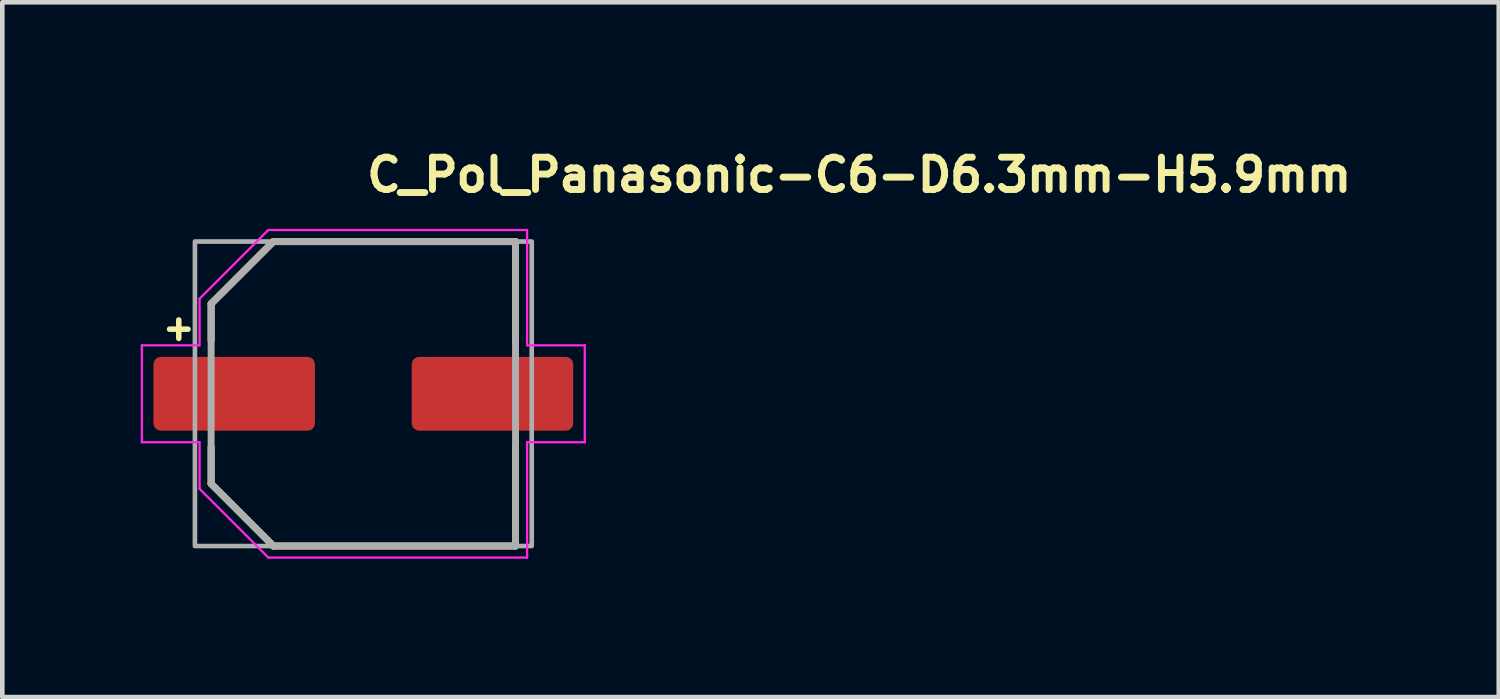
<source format=kicad_pcb>
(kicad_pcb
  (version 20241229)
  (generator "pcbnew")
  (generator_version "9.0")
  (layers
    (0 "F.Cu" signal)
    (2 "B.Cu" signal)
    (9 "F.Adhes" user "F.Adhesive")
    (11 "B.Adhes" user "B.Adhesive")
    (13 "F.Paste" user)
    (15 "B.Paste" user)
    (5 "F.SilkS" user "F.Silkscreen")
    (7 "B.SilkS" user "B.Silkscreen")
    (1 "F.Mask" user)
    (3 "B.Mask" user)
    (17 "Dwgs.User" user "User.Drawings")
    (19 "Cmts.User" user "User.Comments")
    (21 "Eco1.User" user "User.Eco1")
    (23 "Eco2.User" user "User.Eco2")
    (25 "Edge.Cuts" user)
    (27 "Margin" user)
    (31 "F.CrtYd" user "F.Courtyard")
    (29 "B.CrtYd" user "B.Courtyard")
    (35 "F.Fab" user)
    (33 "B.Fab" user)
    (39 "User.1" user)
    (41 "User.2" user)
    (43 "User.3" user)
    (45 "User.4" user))
  (footprint "C_Pol_Panasonic-C6-D6.3mm-H5.9mm"
    (layer "F.Cu")
    (at 4.825 5.485)
    (property "Reference" "C_Pol_Panasonic-C6-D6.3mm-H5.9mm" (at 0 -4.335 0) (layer "F.SilkS") (effects (font (size 0.7 0.7) (thickness 0.15)) (justify left bottom)))
    (attr smd)
    (fp_line (start -4.2 -1.4) (end -3.8 -1.4) (stroke (width 0.12) (type solid)) (layer "F.SilkS"))
    (fp_line (start -4 -1.6) (end -4 -1.2) (stroke (width 0.12) (type solid)) (layer "F.SilkS"))
    (fp_line (start -3.299 -1.95) (end -1.95 -3.299) (stroke (width 0.15) (type solid)) (layer "F.SilkS"))
    (fp_line (start -3.299 -1.15) (end -3.299 -1.95) (stroke (width 0.15) (type solid)) (layer "F.SilkS"))
    (fp_line (start -3.299 1.15) (end -3.299 1.95) (stroke (width 0.15) (type solid)) (layer "F.SilkS"))
    (fp_line (start -3.299 1.95) (end -1.95 3.299) (stroke (width 0.15) (type solid)) (layer "F.SilkS"))
    (fp_line (start -1.95 -3.299) (end 3.299 -3.299) (stroke (width 0.15) (type solid)) (layer "F.SilkS"))
    (fp_line (start -1.95 3.299) (end 3.299 3.299) (stroke (width 0.15) (type solid)) (layer "F.SilkS"))
    (fp_line (start 3.299 -3.299) (end 3.299 -1.15) (stroke (width 0.15) (type solid)) (layer "F.SilkS"))
    (fp_line (start 3.299 3.299) (end 3.299 1.15) (stroke (width 0.15) (type solid)) (layer "F.SilkS"))
    (fp_line (start -4.8 -1.05) (end -3.55 -1.05) (stroke (width 0.05) (type solid)) (layer "F.CrtYd"))
    (fp_line (start -4.8 1.05) (end -4.8 -1.05) (stroke (width 0.05) (type solid)) (layer "F.CrtYd"))
    (fp_line (start -3.55 -2.06) (end -2.06 -3.55) (stroke (width 0.05) (type solid)) (layer "F.CrtYd"))
    (fp_line (start -3.55 -1.05) (end -3.55 -2.06) (stroke (width 0.05) (type solid)) (layer "F.CrtYd"))
    (fp_line (start -3.55 1.05) (end -4.8 1.05) (stroke (width 0.05) (type solid)) (layer "F.CrtYd"))
    (fp_line (start -3.55 2.06) (end -3.55 1.05) (stroke (width 0.05) (type solid)) (layer "F.CrtYd"))
    (fp_line (start -2.06 -3.55) (end 3.55 -3.55) (stroke (width 0.05) (type solid)) (layer "F.CrtYd"))
    (fp_line (start -2.06 3.55) (end -3.55 2.06) (stroke (width 0.05) (type solid)) (layer "F.CrtYd"))
    (fp_line (start 3.55 -3.55) (end 3.55 -1.05) (stroke (width 0.05) (type solid)) (layer "F.CrtYd"))
    (fp_line (start 3.55 -1.05) (end 4.8 -1.05) (stroke (width 0.05) (type solid)) (layer "F.CrtYd"))
    (fp_line (start 3.55 1.05) (end 3.55 3.55) (stroke (width 0.05) (type solid)) (layer "F.CrtYd"))
    (fp_line (start 3.55 3.55) (end -2.06 3.55) (stroke (width 0.05) (type solid)) (layer "F.CrtYd"))
    (fp_line (start 4.8 -1.05) (end 4.8 1.05) (stroke (width 0.05) (type solid)) (layer "F.CrtYd"))
    (fp_line (start 4.8 1.05) (end 3.55 1.05) (stroke (width 0.05) (type solid)) (layer "F.CrtYd"))
    (fp_line (start -3.299 -1.95) (end -1.95 -3.299) (stroke (width 0.15) (type solid)) (layer "F.Fab"))
    (fp_line (start -3.299 1.95) (end -3.299 -1.95) (stroke (width 0.15) (type solid)) (layer "F.Fab"))
    (fp_line (start -1.95 -3.299) (end 3.299 -3.299) (stroke (width 0.15) (type solid)) (layer "F.Fab"))
    (fp_line (start -1.95 3.299) (end -3.299 1.95) (stroke (width 0.15) (type solid)) (layer "F.Fab"))
    (fp_line (start 3.299 -3.299) (end 3.299 3.299) (stroke (width 0.15) (type solid)) (layer "F.Fab"))
    (fp_line (start 3.299 3.299) (end -1.95 3.299) (stroke (width 0.15) (type solid)) (layer "F.Fab"))
    (fp_rect (start -3.65 -3.3) (end 3.65 3.3) (stroke (width 0.1) (type solid)) (fill no) (layer "F.Fab"))
    (fp_rect (start -3.65 -3.3) (end 3.65 3.3) (stroke (width 0.1) (type solid)) (fill no) (layer "User.5"))
    (fp_line (start -3.65 -0.35) (end -3.3 -0.35) (stroke (width 0.01) (type solid)) (layer "User.9"))
    (fp_line (start -3.65 0.35) (end -3.65 -0.35) (stroke (width 0.01) (type solid)) (layer "User.9"))
    (fp_line (start -3.3 -1.9) (end -3.276 -1.89) (stroke (width 0.01) (type solid)) (layer "User.9"))
    (fp_line (start -3.3 -1.9) (end -1.9 -3.3) (stroke (width 0.01) (type solid)) (layer "User.9"))
    (fp_line (start -3.3 0.35) (end -3.65 0.35) (stroke (width 0.01) (type solid)) (layer "User.9"))
    (fp_line (start -3.3 1.9) (end -3.3 -1.9) (stroke (width 0.01) (type solid)) (layer "User.9"))
    (fp_line (start -3.3 1.9) (end -3.276 1.89) (stroke (width 0.01) (type solid)) (layer "User.9"))
    (fp_line (start -3.279 -0.972) (end -3.278 -1.021) (stroke (width 0.01) (type solid)) (layer "User.9"))
    (fp_line (start -3.279 0.972) (end -3.279 -0.972) (stroke (width 0.01) (type solid)) (layer "User.9"))
    (fp_line (start -3.278 -1.021) (end -3.278 -1.055) (stroke (width 0.01) (type solid)) (layer "User.9"))
    (fp_line (start -3.278 1.021) (end -3.279 0.972) (stroke (width 0.01) (type solid)) (layer "User.9"))
    (fp_line (start -3.278 -1.055) (end -3.277 -1.091) (stroke (width 0.01) (type solid)) (layer "User.9"))
    (fp_line (start -3.278 1.055) (end -3.278 1.021) (stroke (width 0.01) (type solid)) (layer "User.9"))
    (fp_line (start -3.277 -1.091) (end -3.277 -1.128) (stroke (width 0.01) (type solid)) (layer "User.9"))
    (fp_line (start -3.277 1.091) (end -3.278 1.055) (stroke (width 0.01) (type solid)) (layer "User.9"))
    (fp_line (start -3.277 -1.128) (end -3.276 -1.166) (stroke (width 0.01) (type solid)) (layer "User.9"))
    (fp_line (start -3.277 1.128) (end -3.277 1.091) (stroke (width 0.01) (type solid)) (layer "User.9"))
    (fp_line (start -3.276 -1.89) (end -1.89 -3.276) (stroke (width 0.01) (type solid)) (layer "User.9"))
    (fp_line (start -3.276 -1.166) (end -3.276 -1.89) (stroke (width 0.01) (type solid)) (layer "User.9"))
    (fp_line (start -3.276 1.166) (end -3.277 1.128) (stroke (width 0.01) (type solid)) (layer "User.9"))
    (fp_line (start -3.276 1.89) (end -3.276 1.166) (stroke (width 0.01) (type solid)) (layer "User.9"))
    (fp_line (start -1.9 -3.3) (end -1.89 -3.276) (stroke (width 0.01) (type solid)) (layer "User.9"))
    (fp_line (start -1.9 -3.3) (end -1 -3.3) (stroke (width 0.01) (type solid)) (layer "User.9"))
    (fp_line (start -1.9 3.3) (end -3.3 1.9) (stroke (width 0.01) (type solid)) (layer "User.9"))
    (fp_line (start -1.9 3.3) (end -1.89 3.276) (stroke (width 0.01) (type solid)) (layer "User.9"))
    (fp_line (start -1.89 -3.276) (end -1.308 -3.276) (stroke (width 0.01) (type solid)) (layer "User.9"))
    (fp_line (start -1.89 3.276) (end -3.276 1.89) (stroke (width 0.01) (type solid)) (layer "User.9"))
    (fp_line (start -1.308 -3.276) (end -1.255 -3.277) (stroke (width 0.01) (type solid)) (layer "User.9"))
    (fp_line (start -1.308 3.276) (end -1.89 3.276) (stroke (width 0.01) (type solid)) (layer "User.9"))
    (fp_line (start -1.255 -3.277) (end -1.201 -3.277) (stroke (width 0.01) (type solid)) (layer "User.9"))
    (fp_line (start -1.255 3.277) (end -1.308 3.276) (stroke (width 0.01) (type solid)) (layer "User.9"))
    (fp_line (start -1.201 -3.277) (end -1.149 -3.279) (stroke (width 0.01) (type solid)) (layer "User.9"))
    (fp_line (start -1.201 3.277) (end -1.255 3.277) (stroke (width 0.01) (type solid)) (layer "User.9"))
    (fp_line (start -1.149 -3.279) (end -1.102 -3.281) (stroke (width 0.01) (type solid)) (layer "User.9"))
    (fp_line (start -1.149 3.279) (end -1.201 3.277) (stroke (width 0.01) (type solid)) (layer "User.9"))
    (fp_line (start -1.102 -3.281) (end -1.102 -3.281) (stroke (width 0.01) (type solid)) (layer "User.9"))
    (fp_line (start -1.102 -3.281) (end -1.081 -3.282) (stroke (width 0.01) (type solid)) (layer "User.9"))
    (fp_line (start -1.102 3.281) (end -1.149 3.279) (stroke (width 0.01) (type solid)) (layer "User.9"))
    (fp_line (start -1.102 3.281) (end -1.102 3.281) (stroke (width 0.01) (type solid)) (layer "User.9"))
    (fp_line (start -1.081 -3.282) (end -1.063 -3.283) (stroke (width 0.01) (type solid)) (layer "User.9"))
    (fp_line (start -1.081 3.282) (end -1.102 3.281) (stroke (width 0.01) (type solid)) (layer "User.9"))
    (fp_line (start -1.063 -3.283) (end -1.047 -3.284) (stroke (width 0.01) (type solid)) (layer "User.9"))
    (fp_line (start -1.063 3.283) (end -1.081 3.282) (stroke (width 0.01) (type solid)) (layer "User.9"))
    (fp_line (start -1.047 -3.284) (end -1.034 -3.286) (stroke (width 0.01) (type solid)) (layer "User.9"))
    (fp_line (start -1.047 3.284) (end -1.063 3.283) (stroke (width 0.01) (type solid)) (layer "User.9"))
    (fp_line (start -1.04 3.285) (end -1.047 3.284) (stroke (width 0.01) (type solid)) (layer "User.9"))
    (fp_line (start -1.034 -3.286) (end -1.024 -3.287) (stroke (width 0.01) (type solid)) (layer "User.9"))
    (fp_line (start -1.034 3.286) (end -1.04 3.285) (stroke (width 0.01) (type solid)) (layer "User.9"))
    (fp_line (start -1.029 3.286) (end -1.034 3.286) (stroke (width 0.01) (type solid)) (layer "User.9"))
    (fp_line (start -1.024 -3.287) (end -1.016 -3.288) (stroke (width 0.01) (type solid)) (layer "User.9"))
    (fp_line (start -1.024 3.287) (end -1.029 3.286) (stroke (width 0.01) (type solid)) (layer "User.9"))
    (fp_line (start -1.02 3.288) (end -1.024 3.287) (stroke (width 0.01) (type solid)) (layer "User.9"))
    (fp_line (start -1.016 -3.288) (end -1.013 -3.289) (stroke (width 0.01) (type solid)) (layer "User.9"))
    (fp_line (start -1.016 3.288) (end -1.02 3.288) (stroke (width 0.01) (type solid)) (layer "User.9"))
    (fp_line (start -1.013 -3.289) (end -1.011 -3.29) (stroke (width 0.01) (type solid)) (layer "User.9"))
    (fp_line (start -1.013 3.289) (end -1.016 3.288) (stroke (width 0.01) (type solid)) (layer "User.9"))
    (fp_line (start -1.011 -3.29) (end -1.01 -3.291) (stroke (width 0.01) (type solid)) (layer "User.9"))
    (fp_line (start -1.011 3.29) (end -1.013 3.289) (stroke (width 0.01) (type solid)) (layer "User.9"))
    (fp_line (start -1.01 3.29) (end -1.011 3.29) (stroke (width 0.01) (type solid)) (layer "User.9"))
    (fp_line (start -1.01 -3.291) (end -1.009 -3.291) (stroke (width 0.01) (type solid)) (layer "User.9"))
    (fp_line (start -1.01 3.291) (end -1.01 3.29) (stroke (width 0.01) (type solid)) (layer "User.9"))
    (fp_line (start -1.009 3.291) (end -1.01 3.291) (stroke (width 0.01) (type solid)) (layer "User.9"))
    (fp_line (start -1.009 3.291) (end -1.009 3.291) (stroke (width 0.01) (type solid)) (layer "User.9"))
    (fp_line (start -1.009 3.291) (end -1 3.3) (stroke (width 0.01) (type solid)) (layer "User.9"))
    (fp_line (start -1.005 -3.28) (end -1.005 -3.28) (stroke (width 0.01) (type solid)) (layer "User.9"))
    (fp_line (start -1.005 -3.28) (end -1.005 -3.279) (stroke (width 0.01) (type solid)) (layer "User.9"))
    (fp_line (start -1.005 3.28) (end -1.005 3.28) (stroke (width 0.01) (type solid)) (layer "User.9"))
    (fp_line (start -1.005 -3.279) (end -1.003 -3.279) (stroke (width 0.01) (type solid)) (layer "User.9"))
    (fp_line (start -1.005 3.279) (end -1.005 3.28) (stroke (width 0.01) (type solid)) (layer "User.9"))
    (fp_line (start -1.003 -3.279) (end -1 -3.279) (stroke (width 0.01) (type solid)) (layer "User.9"))
    (fp_line (start -1.003 3.279) (end -1.005 3.279) (stroke (width 0.01) (type solid)) (layer "User.9"))
    (fp_line (start -1 -3.279) (end -0.997 -3.278) (stroke (width 0.01) (type solid)) (layer "User.9"))
    (fp_line (start -1 -3.3) (end -1.009 -3.291) (stroke (width 0.01) (type solid)) (layer "User.9"))
    (fp_line (start -1 -3.3) (end -1 -3.279) (stroke (width 0.01) (type solid)) (layer "User.9"))
    (fp_line (start -1 3.279) (end -1 3.3) (stroke (width 0.01) (type solid)) (layer "User.9"))
    (fp_line (start -1 3.3) (end -1.9 3.3) (stroke (width 0.01) (type solid)) (layer "User.9"))
    (fp_line (start -0.997 -3.278) (end -0.987 -3.277) (stroke (width 0.01) (type solid)) (layer "User.9"))
    (fp_line (start -0.997 3.278) (end -1.003 3.279) (stroke (width 0.01) (type solid)) (layer "User.9"))
    (fp_line (start -0.987 -3.277) (end -0.974 -3.276) (stroke (width 0.01) (type solid)) (layer "User.9"))
    (fp_line (start -0.987 3.277) (end -0.997 3.278) (stroke (width 0.01) (type solid)) (layer "User.9"))
    (fp_line (start -0.974 -3.276) (end -0.958 -3.276) (stroke (width 0.01) (type solid)) (layer "User.9"))
    (fp_line (start -0.974 3.276) (end -0.987 3.277) (stroke (width 0.01) (type solid)) (layer "User.9"))
    (fp_line (start -0.958 -3.276) (end -0.941 -3.275) (stroke (width 0.01) (type solid)) (layer "User.9"))
    (fp_line (start -0.958 3.276) (end -0.974 3.276) (stroke (width 0.01) (type solid)) (layer "User.9"))
    (fp_line (start -0.941 -3.275) (end -0.923 -3.275) (stroke (width 0.01) (type solid)) (layer "User.9"))
    (fp_line (start -0.941 3.275) (end -0.958 3.276) (stroke (width 0.01) (type solid)) (layer "User.9"))
    (fp_line (start -0.923 -3.275) (end -0.905 -3.275) (stroke (width 0.01) (type solid)) (layer "User.9"))
    (fp_line (start -0.923 3.275) (end -0.941 3.275) (stroke (width 0.01) (type solid)) (layer "User.9"))
    (fp_line (start -0.905 -3.275) (end 0.905 -3.275) (stroke (width 0.01) (type solid)) (layer "User.9"))
    (fp_line (start -0.905 3.275) (end -0.923 3.275) (stroke (width 0.01) (type solid)) (layer "User.9"))
    (fp_line (start 0.905 -3.275) (end 0.923 -3.275) (stroke (width 0.01) (type solid)) (layer "User.9"))
    (fp_line (start 0.905 3.275) (end -0.905 3.275) (stroke (width 0.01) (type solid)) (layer "User.9"))
    (fp_line (start 0.923 -3.275) (end 0.941 -3.275) (stroke (width 0.01) (type solid)) (layer "User.9"))
    (fp_line (start 0.923 3.275) (end 0.905 3.275) (stroke (width 0.01) (type solid)) (layer "User.9"))
    (fp_line (start 0.941 -3.275) (end 0.958 -3.276) (stroke (width 0.01) (type solid)) (layer "User.9"))
    (fp_line (start 0.941 3.275) (end 0.923 3.275) (stroke (width 0.01) (type solid)) (layer "User.9"))
    (fp_line (start 0.958 -3.276) (end 0.974 -3.276) (stroke (width 0.01) (type solid)) (layer "User.9"))
    (fp_line (start 0.958 3.276) (end 0.941 3.275) (stroke (width 0.01) (type solid)) (layer "User.9"))
    (fp_line (start 0.974 -3.276) (end 0.987 -3.277) (stroke (width 0.01) (type solid)) (layer "User.9"))
    (fp_line (start 0.974 3.276) (end 0.958 3.276) (stroke (width 0.01) (type solid)) (layer "User.9"))
    (fp_line (start 0.987 -3.277) (end 0.997 -3.278) (stroke (width 0.01) (type solid)) (layer "User.9"))
    (fp_line (start 0.987 3.277) (end 0.974 3.276) (stroke (width 0.01) (type solid)) (layer "User.9"))
    (fp_line (start 0.997 -3.278) (end 1.003 -3.279) (stroke (width 0.01) (type solid)) (layer "User.9"))
    (fp_line (start 0.997 3.278) (end 0.987 3.277) (stroke (width 0.01) (type solid)) (layer "User.9"))
    (fp_line (start 1 -3.3) (end 1 -3.279) (stroke (width 0.01) (type solid)) (layer "User.9"))
    (fp_line (start 1 3.279) (end 1 3.3) (stroke (width 0.01) (type solid)) (layer "User.9"))
    (fp_line (start 1 3.3) (end 1.043 3.257) (stroke (width 0.01) (type solid)) (layer "User.9"))
    (fp_line (start 1 3.3) (end 2.8 3.3) (stroke (width 0.01) (type solid)) (layer "User.9"))
    (fp_line (start 1 3.279) (end 0.997 3.278) (stroke (width 0.01) (type solid)) (layer "User.9"))
    (fp_line (start 1.003 -3.279) (end 1.005 -3.279) (stroke (width 0.01) (type solid)) (layer "User.9"))
    (fp_line (start 1.003 3.279) (end 1 3.279) (stroke (width 0.01) (type solid)) (layer "User.9"))
    (fp_line (start 1.005 -3.279) (end 1.005 -3.28) (stroke (width 0.01) (type solid)) (layer "User.9"))
    (fp_line (start 1.005 3.279) (end 1.003 3.279) (stroke (width 0.01) (type solid)) (layer "User.9"))
    (fp_line (start 1.005 -3.28) (end 1.005 -3.28) (stroke (width 0.01) (type solid)) (layer "User.9"))
    (fp_line (start 1.005 3.28) (end 1.005 3.279) (stroke (width 0.01) (type solid)) (layer "User.9"))
    (fp_line (start 1.005 3.28) (end 1.005 3.28) (stroke (width 0.01) (type solid)) (layer "User.9"))
    (fp_line (start 1.043 -3.257) (end 1 -3.3) (stroke (width 0.01) (type solid)) (layer "User.9"))
    (fp_line (start 1.043 -3.257) (end 1.043 -3.257) (stroke (width 0.01) (type solid)) (layer "User.9"))
    (fp_line (start 1.043 -3.257) (end 1.044 -3.257) (stroke (width 0.01) (type solid)) (layer "User.9"))
    (fp_line (start 1.044 -3.257) (end 1.044 -3.256) (stroke (width 0.01) (type solid)) (layer "User.9"))
    (fp_line (start 1.044 3.257) (end 1.043 3.257) (stroke (width 0.01) (type solid)) (layer "User.9"))
    (fp_line (start 1.044 -3.256) (end 1.045 -3.256) (stroke (width 0.01) (type solid)) (layer "User.9"))
    (fp_line (start 1.045 -3.256) (end 1.047 -3.255) (stroke (width 0.01) (type solid)) (layer "User.9"))
    (fp_line (start 1.045 3.256) (end 1.044 3.257) (stroke (width 0.01) (type solid)) (layer "User.9"))
    (fp_line (start 1.047 -3.255) (end 1.05 -3.254) (stroke (width 0.01) (type solid)) (layer "User.9"))
    (fp_line (start 1.047 3.255) (end 1.045 3.256) (stroke (width 0.01) (type solid)) (layer "User.9"))
    (fp_line (start 1.05 -3.254) (end 1.054 -3.254) (stroke (width 0.01) (type solid)) (layer "User.9"))
    (fp_line (start 1.05 3.254) (end 1.047 3.255) (stroke (width 0.01) (type solid)) (layer "User.9"))
    (fp_line (start 1.054 -3.254) (end 1.058 -3.253) (stroke (width 0.01) (type solid)) (layer "User.9"))
    (fp_line (start 1.058 -3.253) (end 1.063 -3.252) (stroke (width 0.01) (type solid)) (layer "User.9"))
    (fp_line (start 1.058 3.253) (end 1.05 3.254) (stroke (width 0.01) (type solid)) (layer "User.9"))
    (fp_line (start 1.063 -3.252) (end 1.068 -3.252) (stroke (width 0.01) (type solid)) (layer "User.9"))
    (fp_line (start 1.068 -3.252) (end 1.074 -3.251) (stroke (width 0.01) (type solid)) (layer "User.9"))
    (fp_line (start 1.068 3.252) (end 1.058 3.253) (stroke (width 0.01) (type solid)) (layer "User.9"))
    (fp_line (start 1.074 -3.251) (end 1.081 -3.25) (stroke (width 0.01) (type solid)) (layer "User.9"))
    (fp_line (start 1.081 -3.25) (end 1.097 -3.249) (stroke (width 0.01) (type solid)) (layer "User.9"))
    (fp_line (start 1.081 3.25) (end 1.068 3.252) (stroke (width 0.01) (type solid)) (layer "User.9"))
    (fp_line (start 1.097 -3.249) (end 1.115 -3.248) (stroke (width 0.01) (type solid)) (layer "User.9"))
    (fp_line (start 1.097 3.249) (end 1.081 3.25) (stroke (width 0.01) (type solid)) (layer "User.9"))
    (fp_line (start 1.115 -3.248) (end 1.136 -3.247) (stroke (width 0.01) (type solid)) (layer "User.9"))
    (fp_line (start 1.115 3.248) (end 1.097 3.249) (stroke (width 0.01) (type solid)) (layer "User.9"))
    (fp_line (start 1.136 -3.247) (end 1.136 -3.247) (stroke (width 0.01) (type solid)) (layer "User.9"))
    (fp_line (start 1.136 -3.247) (end 1.183 -3.245) (stroke (width 0.01) (type solid)) (layer "User.9"))
    (fp_line (start 1.136 3.247) (end 1.115 3.248) (stroke (width 0.01) (type solid)) (layer "User.9"))
    (fp_line (start 1.136 3.247) (end 1.136 3.247) (stroke (width 0.01) (type solid)) (layer "User.9"))
    (fp_line (start 1.183 -3.245) (end 1.235 -3.243) (stroke (width 0.01) (type solid)) (layer "User.9"))
    (fp_line (start 1.183 3.245) (end 1.136 3.247) (stroke (width 0.01) (type solid)) (layer "User.9"))
    (fp_line (start 1.235 -3.243) (end 1.289 -3.243) (stroke (width 0.01) (type solid)) (layer "User.9"))
    (fp_line (start 1.235 3.243) (end 1.183 3.245) (stroke (width 0.01) (type solid)) (layer "User.9"))
    (fp_line (start 1.289 -3.243) (end 1.342 -3.242) (stroke (width 0.01) (type solid)) (layer "User.9"))
    (fp_line (start 1.289 3.243) (end 1.235 3.243) (stroke (width 0.01) (type solid)) (layer "User.9"))
    (fp_line (start 1.342 -3.242) (end 2.8 -3.242) (stroke (width 0.01) (type solid)) (layer "User.9"))
    (fp_line (start 1.342 3.242) (end 1.289 3.243) (stroke (width 0.01) (type solid)) (layer "User.9"))
    (fp_line (start 2.8 -3.3) (end 1 -3.3) (stroke (width 0.01) (type solid)) (layer "User.9"))
    (fp_line (start 2.8 -3.242) (end 2.823 -3.242) (stroke (width 0.01) (type solid)) (layer "User.9"))
    (fp_line (start 2.8 3.242) (end 1.342 3.242) (stroke (width 0.01) (type solid)) (layer "User.9"))
    (fp_line (start 2.8 3.3) (end 2.825 3.299) (stroke (width 0.01) (type solid)) (layer "User.9"))
    (fp_line (start 2.823 -3.242) (end 2.845 -3.24) (stroke (width 0.01) (type solid)) (layer "User.9"))
    (fp_line (start 2.823 3.242) (end 2.8 3.242) (stroke (width 0.01) (type solid)) (layer "User.9"))
    (fp_line (start 2.825 -3.299) (end 2.8 -3.3) (stroke (width 0.01) (type solid)) (layer "User.9"))
    (fp_line (start 2.825 3.299) (end 2.849 3.298) (stroke (width 0.01) (type solid)) (layer "User.9"))
    (fp_line (start 2.845 -3.24) (end 2.867 -3.237) (stroke (width 0.01) (type solid)) (layer "User.9"))
    (fp_line (start 2.845 3.24) (end 2.823 3.242) (stroke (width 0.01) (type solid)) (layer "User.9"))
    (fp_line (start 2.849 -3.298) (end 2.825 -3.299) (stroke (width 0.01) (type solid)) (layer "User.9"))
    (fp_line (start 2.849 3.298) (end 2.874 3.295) (stroke (width 0.01) (type solid)) (layer "User.9"))
    (fp_line (start 2.867 -3.237) (end 2.889 -3.233) (stroke (width 0.01) (type solid)) (layer "User.9"))
    (fp_line (start 2.867 3.237) (end 2.845 3.24) (stroke (width 0.01) (type solid)) (layer "User.9"))
    (fp_line (start 2.874 -3.295) (end 2.849 -3.298) (stroke (width 0.01) (type solid)) (layer "User.9"))
    (fp_line (start 2.874 3.295) (end 2.898 3.29) (stroke (width 0.01) (type solid)) (layer "User.9"))
    (fp_line (start 2.889 -3.233) (end 2.911 -3.228) (stroke (width 0.01) (type solid)) (layer "User.9"))
    (fp_line (start 2.889 3.233) (end 2.867 3.237) (stroke (width 0.01) (type solid)) (layer "User.9"))
    (fp_line (start 2.898 -3.29) (end 2.874 -3.295) (stroke (width 0.01) (type solid)) (layer "User.9"))
    (fp_line (start 2.898 3.29) (end 2.922 3.285) (stroke (width 0.01) (type solid)) (layer "User.9"))
    (fp_line (start 2.911 -3.228) (end 2.932 -3.222) (stroke (width 0.01) (type solid)) (layer "User.9"))
    (fp_line (start 2.911 3.228) (end 2.889 3.233) (stroke (width 0.01) (type solid)) (layer "User.9"))
    (fp_line (start 2.922 -3.285) (end 2.898 -3.29) (stroke (width 0.01) (type solid)) (layer "User.9"))
    (fp_line (start 2.922 3.285) (end 2.945 3.278) (stroke (width 0.01) (type solid)) (layer "User.9"))
    (fp_line (start 2.932 -3.222) (end 2.952 -3.216) (stroke (width 0.01) (type solid)) (layer "User.9"))
    (fp_line (start 2.932 3.222) (end 2.911 3.228) (stroke (width 0.01) (type solid)) (layer "User.9"))
    (fp_line (start 2.945 -3.278) (end 2.922 -3.285) (stroke (width 0.01) (type solid)) (layer "User.9"))
    (fp_line (start 2.945 3.278) (end 2.969 3.271) (stroke (width 0.01) (type solid)) (layer "User.9"))
    (fp_line (start 2.952 -3.216) (end 2.972 -3.208) (stroke (width 0.01) (type solid)) (layer "User.9"))
    (fp_line (start 2.952 3.216) (end 2.932 3.222) (stroke (width 0.01) (type solid)) (layer "User.9"))
    (fp_line (start 2.969 -3.271) (end 2.945 -3.278) (stroke (width 0.01) (type solid)) (layer "User.9"))
    (fp_line (start 2.969 3.271) (end 2.991 3.262) (stroke (width 0.01) (type solid)) (layer "User.9"))
    (fp_line (start 2.972 -3.208) (end 2.992 -3.199) (stroke (width 0.01) (type solid)) (layer "User.9"))
    (fp_line (start 2.972 3.208) (end 2.952 3.216) (stroke (width 0.01) (type solid)) (layer "User.9"))
    (fp_line (start 2.991 -3.262) (end 2.969 -3.271) (stroke (width 0.01) (type solid)) (layer "User.9"))
    (fp_line (start 2.991 3.262) (end 3.014 3.252) (stroke (width 0.01) (type solid)) (layer "User.9"))
    (fp_line (start 2.992 -3.199) (end 3.011 -3.189) (stroke (width 0.01) (type solid)) (layer "User.9"))
    (fp_line (start 2.992 3.199) (end 2.972 3.208) (stroke (width 0.01) (type solid)) (layer "User.9"))
    (fp_line (start 3.011 -3.189) (end 3.029 -3.178) (stroke (width 0.01) (type solid)) (layer "User.9"))
    (fp_line (start 3.011 3.189) (end 2.992 3.199) (stroke (width 0.01) (type solid)) (layer "User.9"))
    (fp_line (start 3.014 -3.252) (end 2.991 -3.262) (stroke (width 0.01) (type solid)) (layer "User.9"))
    (fp_line (start 3.014 3.252) (end 3.035 3.241) (stroke (width 0.01) (type solid)) (layer "User.9"))
    (fp_line (start 3.029 -3.178) (end 3.047 -3.167) (stroke (width 0.01) (type solid)) (layer "User.9"))
    (fp_line (start 3.029 3.178) (end 3.011 3.189) (stroke (width 0.01) (type solid)) (layer "User.9"))
    (fp_line (start 3.035 -3.241) (end 3.014 -3.252) (stroke (width 0.01) (type solid)) (layer "User.9"))
    (fp_line (start 3.035 3.241) (end 3.057 3.229) (stroke (width 0.01) (type solid)) (layer "User.9"))
    (fp_line (start 3.047 -3.167) (end 3.065 -3.154) (stroke (width 0.01) (type solid)) (layer "User.9"))
    (fp_line (start 3.047 3.167) (end 3.029 3.178) (stroke (width 0.01) (type solid)) (layer "User.9"))
    (fp_line (start 3.057 -3.229) (end 3.035 -3.241) (stroke (width 0.01) (type solid)) (layer "User.9"))
    (fp_line (start 3.057 3.229) (end 3.077 3.216) (stroke (width 0.01) (type solid)) (layer "User.9"))
    (fp_line (start 3.065 -3.154) (end 3.081 -3.141) (stroke (width 0.01) (type solid)) (layer "User.9"))
    (fp_line (start 3.065 3.154) (end 3.047 3.167) (stroke (width 0.01) (type solid)) (layer "User.9"))
    (fp_line (start 3.077 -3.216) (end 3.057 -3.229) (stroke (width 0.01) (type solid)) (layer "User.9"))
    (fp_line (start 3.077 3.216) (end 3.097 3.202) (stroke (width 0.01) (type solid)) (layer "User.9"))
    (fp_line (start 3.081 -3.141) (end 3.097 -3.127) (stroke (width 0.01) (type solid)) (layer "User.9"))
    (fp_line (start 3.081 3.141) (end 3.065 3.154) (stroke (width 0.01) (type solid)) (layer "User.9"))
    (fp_line (start 3.097 -3.127) (end 3.113 -3.113) (stroke (width 0.01) (type solid)) (layer "User.9"))
    (fp_line (start 3.097 3.127) (end 3.081 3.141) (stroke (width 0.01) (type solid)) (layer "User.9"))
    (fp_line (start 3.097 -3.202) (end 3.077 -3.216) (stroke (width 0.01) (type solid)) (layer "User.9"))
    (fp_line (start 3.097 3.202) (end 3.117 3.187) (stroke (width 0.01) (type solid)) (layer "User.9"))
    (fp_line (start 3.113 -3.113) (end 3.127 -3.097) (stroke (width 0.01) (type solid)) (layer "User.9"))
    (fp_line (start 3.113 3.113) (end 3.097 3.127) (stroke (width 0.01) (type solid)) (layer "User.9"))
    (fp_line (start 3.117 -3.187) (end 3.097 -3.202) (stroke (width 0.01) (type solid)) (layer "User.9"))
    (fp_line (start 3.117 3.187) (end 3.136 3.171) (stroke (width 0.01) (type solid)) (layer "User.9"))
    (fp_line (start 3.127 -3.097) (end 3.141 -3.081) (stroke (width 0.01) (type solid)) (layer "User.9"))
    (fp_line (start 3.127 3.097) (end 3.113 3.113) (stroke (width 0.01) (type solid)) (layer "User.9"))
    (fp_line (start 3.136 -3.171) (end 3.117 -3.187) (stroke (width 0.01) (type solid)) (layer "User.9"))
    (fp_line (start 3.136 3.171) (end 3.154 3.154) (stroke (width 0.01) (type solid)) (layer "User.9"))
    (fp_line (start 3.141 -3.081) (end 3.154 -3.065) (stroke (width 0.01) (type solid)) (layer "User.9"))
    (fp_line (start 3.141 3.081) (end 3.127 3.097) (stroke (width 0.01) (type solid)) (layer "User.9"))
    (fp_line (start 3.154 -3.154) (end 3.136 -3.171) (stroke (width 0.01) (type solid)) (layer "User.9"))
    (fp_line (start 3.154 -3.154) (end 3.154 -3.154) (stroke (width 0.01) (type solid)) (layer "User.9"))
    (fp_line (start 3.154 3.154) (end 3.154 3.154) (stroke (width 0.01) (type solid)) (layer "User.9"))
    (fp_line (start 3.154 3.154) (end 3.171 3.136) (stroke (width 0.01) (type solid)) (layer "User.9"))
    (fp_line (start 3.154 -3.065) (end 3.167 -3.047) (stroke (width 0.01) (type solid)) (layer "User.9"))
    (fp_line (start 3.154 3.065) (end 3.141 3.081) (stroke (width 0.01) (type solid)) (layer "User.9"))
    (fp_line (start 3.167 -3.047) (end 3.178 -3.029) (stroke (width 0.01) (type solid)) (layer "User.9"))
    (fp_line (start 3.167 3.047) (end 3.154 3.065) (stroke (width 0.01) (type solid)) (layer "User.9"))
    (fp_line (start 3.171 -3.136) (end 3.154 -3.154) (stroke (width 0.01) (type solid)) (layer "User.9"))
    (fp_line (start 3.171 3.136) (end 3.187 3.117) (stroke (width 0.01) (type solid)) (layer "User.9"))
    (fp_line (start 3.178 -3.029) (end 3.189 -3.011) (stroke (width 0.01) (type solid)) (layer "User.9"))
    (fp_line (start 3.178 3.029) (end 3.167 3.047) (stroke (width 0.01) (type solid)) (layer "User.9"))
    (fp_line (start 3.187 -3.117) (end 3.171 -3.136) (stroke (width 0.01) (type solid)) (layer "User.9"))
    (fp_line (start 3.187 3.117) (end 3.202 3.097) (stroke (width 0.01) (type solid)) (layer "User.9"))
    (fp_line (start 3.189 -3.011) (end 3.199 -2.992) (stroke (width 0.01) (type solid)) (layer "User.9"))
    (fp_line (start 3.189 3.011) (end 3.178 3.029) (stroke (width 0.01) (type solid)) (layer "User.9"))
    (fp_line (start 3.199 -2.992) (end 3.208 -2.972) (stroke (width 0.01) (type solid)) (layer "User.9"))
    (fp_line (start 3.199 2.992) (end 3.189 3.011) (stroke (width 0.01) (type solid)) (layer "User.9"))
    (fp_line (start 3.202 -3.097) (end 3.187 -3.117) (stroke (width 0.01) (type solid)) (layer "User.9"))
    (fp_line (start 3.202 3.097) (end 3.216 3.077) (stroke (width 0.01) (type solid)) (layer "User.9"))
    (fp_line (start 3.208 -2.972) (end 3.216 -2.952) (stroke (width 0.01) (type solid)) (layer "User.9"))
    (fp_line (start 3.208 2.972) (end 3.199 2.992) (stroke (width 0.01) (type solid)) (layer "User.9"))
    (fp_line (start 3.216 -2.952) (end 3.222 -2.932) (stroke (width 0.01) (type solid)) (layer "User.9"))
    (fp_line (start 3.216 2.952) (end 3.208 2.972) (stroke (width 0.01) (type solid)) (layer "User.9"))
    (fp_line (start 3.216 -3.077) (end 3.202 -3.097) (stroke (width 0.01) (type solid)) (layer "User.9"))
    (fp_line (start 3.216 3.077) (end 3.229 3.057) (stroke (width 0.01) (type solid)) (layer "User.9"))
    (fp_line (start 3.222 -2.932) (end 3.228 -2.911) (stroke (width 0.01) (type solid)) (layer "User.9"))
    (fp_line (start 3.222 2.932) (end 3.216 2.952) (stroke (width 0.01) (type solid)) (layer "User.9"))
    (fp_line (start 3.228 -2.911) (end 3.233 -2.889) (stroke (width 0.01) (type solid)) (layer "User.9"))
    (fp_line (start 3.228 2.911) (end 3.222 2.932) (stroke (width 0.01) (type solid)) (layer "User.9"))
    (fp_line (start 3.229 -3.057) (end 3.216 -3.077) (stroke (width 0.01) (type solid)) (layer "User.9"))
    (fp_line (start 3.229 3.057) (end 3.241 3.035) (stroke (width 0.01) (type solid)) (layer "User.9"))
    (fp_line (start 3.233 -2.889) (end 3.237 -2.867) (stroke (width 0.01) (type solid)) (layer "User.9"))
    (fp_line (start 3.233 2.889) (end 3.228 2.911) (stroke (width 0.01) (type solid)) (layer "User.9"))
    (fp_line (start 3.237 -2.867) (end 3.24 -2.845) (stroke (width 0.01) (type solid)) (layer "User.9"))
    (fp_line (start 3.237 2.867) (end 3.233 2.889) (stroke (width 0.01) (type solid)) (layer "User.9"))
    (fp_line (start 3.24 -2.845) (end 3.242 -2.823) (stroke (width 0.01) (type solid)) (layer "User.9"))
    (fp_line (start 3.24 2.845) (end 3.237 2.867) (stroke (width 0.01) (type solid)) (layer "User.9"))
    (fp_line (start 3.241 -3.035) (end 3.229 -3.057) (stroke (width 0.01) (type solid)) (layer "User.9"))
    (fp_line (start 3.241 3.035) (end 3.252 3.014) (stroke (width 0.01) (type solid)) (layer "User.9"))
    (fp_line (start 3.242 -2.823) (end 3.242 -2.8) (stroke (width 0.01) (type solid)) (layer "User.9"))
    (fp_line (start 3.242 2.823) (end 3.24 2.845) (stroke (width 0.01) (type solid)) (layer "User.9"))
    (fp_line (start 3.242 -2.8) (end 3.242 -1.342) (stroke (width 0.01) (type solid)) (layer "User.9"))
    (fp_line (start 3.242 -1.342) (end 3.243 -1.289) (stroke (width 0.01) (type solid)) (layer "User.9"))
    (fp_line (start 3.242 1.342) (end 3.242 2.8) (stroke (width 0.01) (type solid)) (layer "User.9"))
    (fp_line (start 3.242 2.8) (end 3.242 2.823) (stroke (width 0.01) (type solid)) (layer "User.9"))
    (fp_line (start 3.243 -1.289) (end 3.243 -1.235) (stroke (width 0.01) (type solid)) (layer "User.9"))
    (fp_line (start 3.243 1.289) (end 3.242 1.342) (stroke (width 0.01) (type solid)) (layer "User.9"))
    (fp_line (start 3.243 -1.235) (end 3.245 -1.183) (stroke (width 0.01) (type solid)) (layer "User.9"))
    (fp_line (start 3.243 1.235) (end 3.243 1.289) (stroke (width 0.01) (type solid)) (layer "User.9"))
    (fp_line (start 3.245 -1.183) (end 3.247 -1.136) (stroke (width 0.01) (type solid)) (layer "User.9"))
    (fp_line (start 3.245 1.183) (end 3.243 1.235) (stroke (width 0.01) (type solid)) (layer "User.9"))
    (fp_line (start 3.247 -1.136) (end 3.247 -1.136) (stroke (width 0.01) (type solid)) (layer "User.9"))
    (fp_line (start 3.247 -1.136) (end 3.248 -1.115) (stroke (width 0.01) (type solid)) (layer "User.9"))
    (fp_line (start 3.247 1.136) (end 3.245 1.183) (stroke (width 0.01) (type solid)) (layer "User.9"))
    (fp_line (start 3.247 1.136) (end 3.247 1.136) (stroke (width 0.01) (type solid)) (layer "User.9"))
    (fp_line (start 3.248 -1.115) (end 3.249 -1.097) (stroke (width 0.01) (type solid)) (layer "User.9"))
    (fp_line (start 3.248 1.115) (end 3.247 1.136) (stroke (width 0.01) (type solid)) (layer "User.9"))
    (fp_line (start 3.249 -1.097) (end 3.25 -1.081) (stroke (width 0.01) (type solid)) (layer "User.9"))
    (fp_line (start 3.249 1.097) (end 3.248 1.115) (stroke (width 0.01) (type solid)) (layer "User.9"))
    (fp_line (start 3.25 -1.081) (end 3.252 -1.068) (stroke (width 0.01) (type solid)) (layer "User.9"))
    (fp_line (start 3.25 1.081) (end 3.249 1.097) (stroke (width 0.01) (type solid)) (layer "User.9"))
    (fp_line (start 3.251 1.074) (end 3.25 1.081) (stroke (width 0.01) (type solid)) (layer "User.9"))
    (fp_line (start 3.252 -1.068) (end 3.253 -1.058) (stroke (width 0.01) (type solid)) (layer "User.9"))
    (fp_line (start 3.252 1.068) (end 3.251 1.074) (stroke (width 0.01) (type solid)) (layer "User.9"))
    (fp_line (start 3.252 -3.014) (end 3.241 -3.035) (stroke (width 0.01) (type solid)) (layer "User.9"))
    (fp_line (start 3.252 3.014) (end 3.262 2.991) (stroke (width 0.01) (type solid)) (layer "User.9"))
    (fp_line (start 3.252 1.063) (end 3.252 1.068) (stroke (width 0.01) (type solid)) (layer "User.9"))
    (fp_line (start 3.253 -1.058) (end 3.254 -1.05) (stroke (width 0.01) (type solid)) (layer "User.9"))
    (fp_line (start 3.253 1.058) (end 3.252 1.063) (stroke (width 0.01) (type solid)) (layer "User.9"))
    (fp_line (start 3.254 1.054) (end 3.253 1.058) (stroke (width 0.01) (type solid)) (layer "User.9"))
    (fp_line (start 3.254 -1.05) (end 3.255 -1.047) (stroke (width 0.01) (type solid)) (layer "User.9"))
    (fp_line (start 3.254 1.05) (end 3.254 1.054) (stroke (width 0.01) (type solid)) (layer "User.9"))
    (fp_line (start 3.255 -1.047) (end 3.256 -1.045) (stroke (width 0.01) (type solid)) (layer "User.9"))
    (fp_line (start 3.255 1.047) (end 3.254 1.05) (stroke (width 0.01) (type solid)) (layer "User.9"))
    (fp_line (start 3.256 -1.045) (end 3.257 -1.044) (stroke (width 0.01) (type solid)) (layer "User.9"))
    (fp_line (start 3.256 1.045) (end 3.255 1.047) (stroke (width 0.01) (type solid)) (layer "User.9"))
    (fp_line (start 3.256 1.044) (end 3.256 1.045) (stroke (width 0.01) (type solid)) (layer "User.9"))
    (fp_line (start 3.257 -1.044) (end 3.257 -1.043) (stroke (width 0.01) (type solid)) (layer "User.9"))
    (fp_line (start 3.257 1.044) (end 3.256 1.044) (stroke (width 0.01) (type solid)) (layer "User.9"))
    (fp_line (start 3.257 1.043) (end 3.257 1.044) (stroke (width 0.01) (type solid)) (layer "User.9"))
    (fp_line (start 3.257 -1.043) (end 3.274 -1.026) (stroke (width 0.01) (type solid)) (layer "User.9"))
    (fp_line (start 3.257 1.043) (end 3.257 1.043) (stroke (width 0.01) (type solid)) (layer "User.9"))
    (fp_line (start 3.262 -2.991) (end 3.252 -3.014) (stroke (width 0.01) (type solid)) (layer "User.9"))
    (fp_line (start 3.262 2.991) (end 3.271 2.969) (stroke (width 0.01) (type solid)) (layer "User.9"))
    (fp_line (start 3.271 -2.969) (end 3.262 -2.991) (stroke (width 0.01) (type solid)) (layer "User.9"))
    (fp_line (start 3.271 2.969) (end 3.278 2.945) (stroke (width 0.01) (type solid)) (layer "User.9"))
    (fp_line (start 3.274 -1.026) (end 3.274 -1.026) (stroke (width 0.01) (type solid)) (layer "User.9"))
    (fp_line (start 3.274 1.026) (end 3.257 1.043) (stroke (width 0.01) (type solid)) (layer "User.9"))
    (fp_line (start 3.274 -1.026) (end 3.275 -1.026) (stroke (width 0.01) (type solid)) (layer "User.9"))
    (fp_line (start 3.274 1.026) (end 3.274 1.026) (stroke (width 0.01) (type solid)) (layer "User.9"))
    (fp_line (start 3.275 -1.026) (end 3.275 -1.024) (stroke (width 0.01) (type solid)) (layer "User.9"))
    (fp_line (start 3.275 1.026) (end 3.274 1.026) (stroke (width 0.01) (type solid)) (layer "User.9"))
    (fp_line (start 3.275 -1.024) (end 3.275 -1.021) (stroke (width 0.01) (type solid)) (layer "User.9"))
    (fp_line (start 3.275 1.024) (end 3.275 1.026) (stroke (width 0.01) (type solid)) (layer "User.9"))
    (fp_line (start 3.275 -1.021) (end 3.276 -1.018) (stroke (width 0.01) (type solid)) (layer "User.9"))
    (fp_line (start 3.276 -1.018) (end 3.277 -1.008) (stroke (width 0.01) (type solid)) (layer "User.9"))
    (fp_line (start 3.276 1.018) (end 3.275 1.024) (stroke (width 0.01) (type solid)) (layer "User.9"))
    (fp_line (start 3.277 -1.008) (end 3.278 -0.994) (stroke (width 0.01) (type solid)) (layer "User.9"))
    (fp_line (start 3.277 1.008) (end 3.276 1.018) (stroke (width 0.01) (type solid)) (layer "User.9"))
    (fp_line (start 3.278 -0.994) (end 3.278 -0.979) (stroke (width 0.01) (type solid)) (layer "User.9"))
    (fp_line (start 3.278 0.994) (end 3.277 1.008) (stroke (width 0.01) (type solid)) (layer "User.9"))
    (fp_line (start 3.278 -0.979) (end 3.279 -0.962) (stroke (width 0.01) (type solid)) (layer "User.9"))
    (fp_line (start 3.278 0.979) (end 3.278 0.994) (stroke (width 0.01) (type solid)) (layer "User.9"))
    (fp_line (start 3.278 -2.945) (end 3.271 -2.969) (stroke (width 0.01) (type solid)) (layer "User.9"))
    (fp_line (start 3.278 2.945) (end 3.285 2.922) (stroke (width 0.01) (type solid)) (layer "User.9"))
    (fp_line (start 3.279 -0.962) (end 3.279 -0.944) (stroke (width 0.01) (type solid)) (layer "User.9"))
    (fp_line (start 3.279 0.962) (end 3.278 0.979) (stroke (width 0.01) (type solid)) (layer "User.9"))
    (fp_line (start 3.279 -0.944) (end 3.279 -0.926) (stroke (width 0.01) (type solid)) (layer "User.9"))
    (fp_line (start 3.279 0.944) (end 3.279 0.962) (stroke (width 0.01) (type solid)) (layer "User.9"))
    (fp_line (start 3.279 -0.926) (end 3.279 0.926) (stroke (width 0.01) (type solid)) (layer "User.9"))
    (fp_line (start 3.279 0.926) (end 3.279 0.944) (stroke (width 0.01) (type solid)) (layer "User.9"))
    (fp_line (start 3.285 -2.922) (end 3.278 -2.945) (stroke (width 0.01) (type solid)) (layer "User.9"))
    (fp_line (start 3.285 2.922) (end 3.29 2.898) (stroke (width 0.01) (type solid)) (layer "User.9"))
    (fp_line (start 3.29 -2.898) (end 3.285 -2.922) (stroke (width 0.01) (type solid)) (layer "User.9"))
    (fp_line (start 3.29 2.898) (end 3.295 2.874) (stroke (width 0.01) (type solid)) (layer "User.9"))
    (fp_line (start 3.295 -2.874) (end 3.29 -2.898) (stroke (width 0.01) (type solid)) (layer "User.9"))
    (fp_line (start 3.295 2.874) (end 3.298 2.849) (stroke (width 0.01) (type solid)) (layer "User.9"))
    (fp_line (start 3.298 -2.849) (end 3.295 -2.874) (stroke (width 0.01) (type solid)) (layer "User.9"))
    (fp_line (start 3.298 2.849) (end 3.299 2.825) (stroke (width 0.01) (type solid)) (layer "User.9"))
    (fp_line (start 3.299 -2.825) (end 3.298 -2.849) (stroke (width 0.01) (type solid)) (layer "User.9"))
    (fp_line (start 3.299 2.825) (end 3.3 2.8) (stroke (width 0.01) (type solid)) (layer "User.9"))
    (fp_line (start 3.3 -2.8) (end 3.299 -2.825) (stroke (width 0.01) (type solid)) (layer "User.9"))
    (fp_line (start 3.3 -0.35) (end 3.65 -0.35) (stroke (width 0.01) (type solid)) (layer "User.9"))
    (fp_line (start 3.3 2.8) (end 3.3 -2.8) (stroke (width 0.01) (type solid)) (layer "User.9"))
    (fp_line (start 3.65 -0.35) (end 3.65 0.35) (stroke (width 0.01) (type solid)) (layer "User.9"))
    (fp_line (start 3.65 0.35) (end 3.3 0.35) (stroke (width 0.01) (type solid)) (layer "User.9"))
    (fp_circle (center 0 0.000001) (end 3.15 0.000001) (stroke (width 0.009) (type default)) (fill no) (layer "User.9"))
    (pad "1" smd roundrect (at -2.799 0) (size 3.5 1.6) (layers "F.Cu" "F.Mask" "F.Paste") (roundrect_rratio 0.1))
    (pad "2" smd roundrect (at 2.799 0) (size 3.5 1.6) (layers "F.Cu" "F.Mask" "F.Paste") (roundrect_rratio 0.1)))
  (gr_rect
    (start -3 -3)
    (end 29.435 12.06)
    (stroke (width 0.1) (type default))
    (fill no)
    (layer "Edge.Cuts")))
</source>
